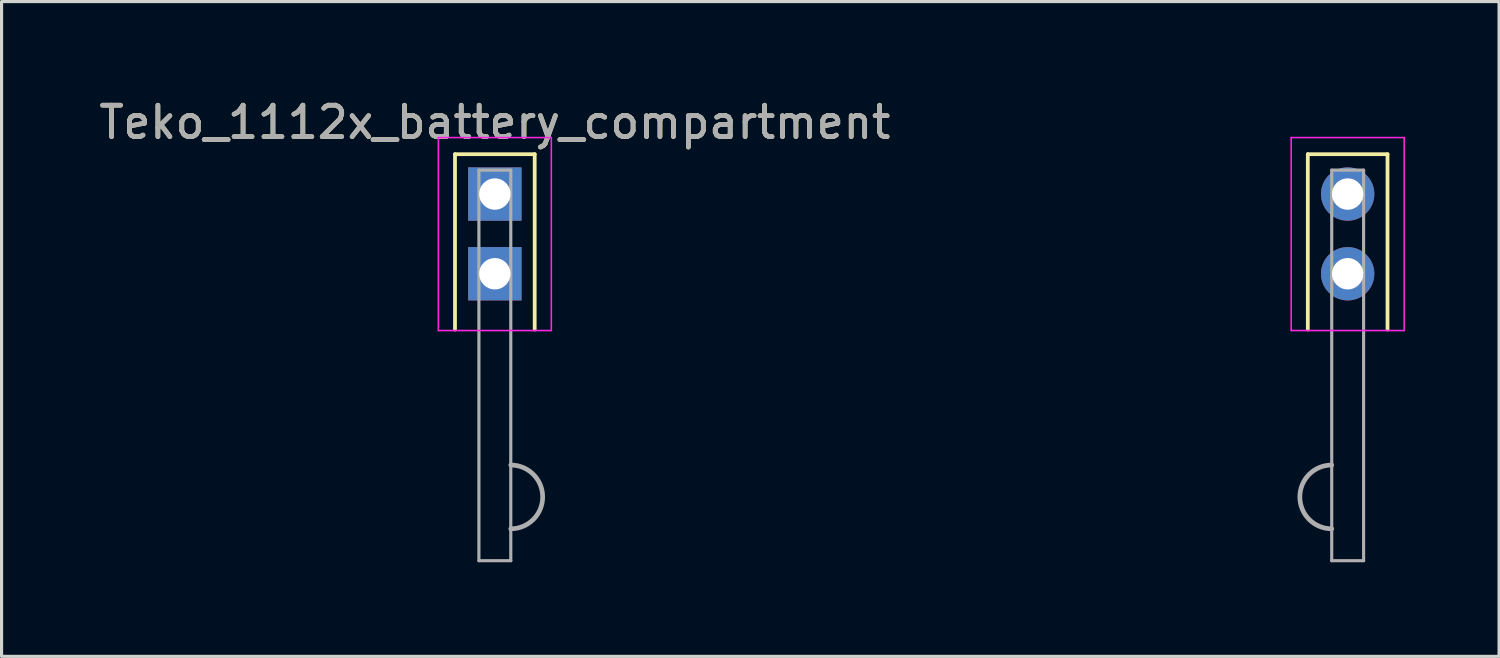
<source format=kicad_pcb>
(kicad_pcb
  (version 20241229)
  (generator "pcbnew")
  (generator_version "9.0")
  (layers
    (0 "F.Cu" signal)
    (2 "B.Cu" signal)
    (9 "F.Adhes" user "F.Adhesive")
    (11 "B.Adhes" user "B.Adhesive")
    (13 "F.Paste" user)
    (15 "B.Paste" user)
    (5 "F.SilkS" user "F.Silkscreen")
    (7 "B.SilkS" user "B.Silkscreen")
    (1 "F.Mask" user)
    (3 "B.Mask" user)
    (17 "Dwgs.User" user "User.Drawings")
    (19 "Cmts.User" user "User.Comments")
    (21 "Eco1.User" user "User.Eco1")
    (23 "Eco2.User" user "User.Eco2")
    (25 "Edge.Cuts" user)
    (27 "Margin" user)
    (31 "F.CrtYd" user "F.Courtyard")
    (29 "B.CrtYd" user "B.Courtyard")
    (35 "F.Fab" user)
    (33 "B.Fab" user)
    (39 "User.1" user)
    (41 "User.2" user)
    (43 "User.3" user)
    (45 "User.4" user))
  (footprint "Teko_1112x_battery_compartment"
    (layer "F.Cu")
    (at 12.72 3.134)
    (property "Reference" "Teko_1112x_battery_compartment" (at 0 -2.286 0) (layer "F.SilkS") (effects (font (size 1 1) (thickness 0.15))))
    (attr through_hole)
    (fp_line (start -1.27 -1.27) (end -1.27 4.318) (stroke (width 0.12) (type solid)) (layer "F.SilkS"))
    (fp_line (start -1.27 -1.27) (end 1.27 -1.27) (stroke (width 0.12) (type solid)) (layer "F.SilkS"))
    (fp_line (start 1.27 -1.27) (end 1.27 4.318) (stroke (width 0.12) (type solid)) (layer "F.SilkS"))
    (fp_line (start 25.908 -1.27) (end 25.908 4.318) (stroke (width 0.12) (type solid)) (layer "F.SilkS"))
    (fp_line (start 28.448 -1.27) (end 25.908 -1.27) (stroke (width 0.12) (type solid)) (layer "F.SilkS"))
    (fp_line (start 28.448 -1.27) (end 28.448 4.318) (stroke (width 0.12) (type solid)) (layer "F.SilkS"))
    (fp_line (start -1.8 -1.8) (end -1.8 4.35) (stroke (width 0.05) (type solid)) (layer "F.CrtYd"))
    (fp_line (start -1.8 4.35) (end 1.8 4.35) (stroke (width 0.05) (type solid)) (layer "F.CrtYd"))
    (fp_line (start 1.8 -1.8) (end -1.8 -1.8) (stroke (width 0.05) (type solid)) (layer "F.CrtYd"))
    (fp_line (start 1.8 4.35) (end 1.8 -1.8) (stroke (width 0.05) (type solid)) (layer "F.CrtYd"))
    (fp_line (start 25.378 -1.8) (end 25.378 4.35) (stroke (width 0.05) (type solid)) (layer "F.CrtYd"))
    (fp_line (start 25.378 4.35) (end 28.978 4.35) (stroke (width 0.05) (type solid)) (layer "F.CrtYd"))
    (fp_line (start 28.978 -1.8) (end 25.378 -1.8) (stroke (width 0.05) (type solid)) (layer "F.CrtYd"))
    (fp_line (start 28.978 4.35) (end 28.978 -1.8) (stroke (width 0.05) (type solid)) (layer "F.CrtYd"))
    (fp_line (start -0.508 -0.762) (end -0.508 11.684) (stroke (width 0.1) (type solid)) (layer "F.Fab"))
    (fp_line (start -0.508 -0.762) (end 0.508 -0.762) (stroke (width 0.1) (type solid)) (layer "F.Fab"))
    (fp_line (start -0.508 11.684) (end 0.508 11.684) (stroke (width 0.1) (type solid)) (layer "F.Fab"))
    (fp_line (start 0.508 -0.762) (end 0.508 11.684) (stroke (width 0.1) (type solid)) (layer "F.Fab"))
    (fp_line (start 26.67 -0.762) (end 26.67 11.684) (stroke (width 0.1) (type solid)) (layer "F.Fab"))
    (fp_line (start 27.686 -0.762) (end 26.67 -0.762) (stroke (width 0.1) (type solid)) (layer "F.Fab"))
    (fp_line (start 27.686 -0.762) (end 27.686 11.684) (stroke (width 0.1) (type solid)) (layer "F.Fab"))
    (fp_line (start 27.686 11.684) (end 26.67 11.684) (stroke (width 0.1) (type solid)) (layer "F.Fab"))
    (fp_arc (start 0.508 8.636) (mid 1.524 9.652) (end 0.508 10.668) (stroke (width 0.15) (type solid)) (layer "F.Fab"))
    (fp_arc (start 26.67 10.668) (mid 25.654 9.652) (end 26.67 8.636) (stroke (width 0.15) (type solid)) (layer "F.Fab"))
    (fp_text user "${REFERENCE}" (at 0 -2.286 180) (layer "F.Fab") (effects (font (size 1 1) (thickness 0.15))))
    (pad "1" thru_hole rect (at 0 0) (size 1.7 1.7) (drill 1) (layers "*.Cu" "*.Mask"))
    (pad "1" thru_hole rect (at 0 2.54) (size 1.7 1.7) (drill 1) (layers "*.Cu" "*.Mask"))
    (pad "2" thru_hole oval (at 27.178 0) (size 1.7 1.7) (drill 1) (layers "*.Cu" "*.Mask"))
    (pad "2" thru_hole oval (at 27.178 2.54) (size 1.7 1.7) (drill 1) (layers "*.Cu" "*.Mask")))
  (gr_rect
    (start -3 -3)
    (end 44.723 17.868)
    (stroke (width 0.1) (type default))
    (fill no)
    (layer "Edge.Cuts")))
</source>
